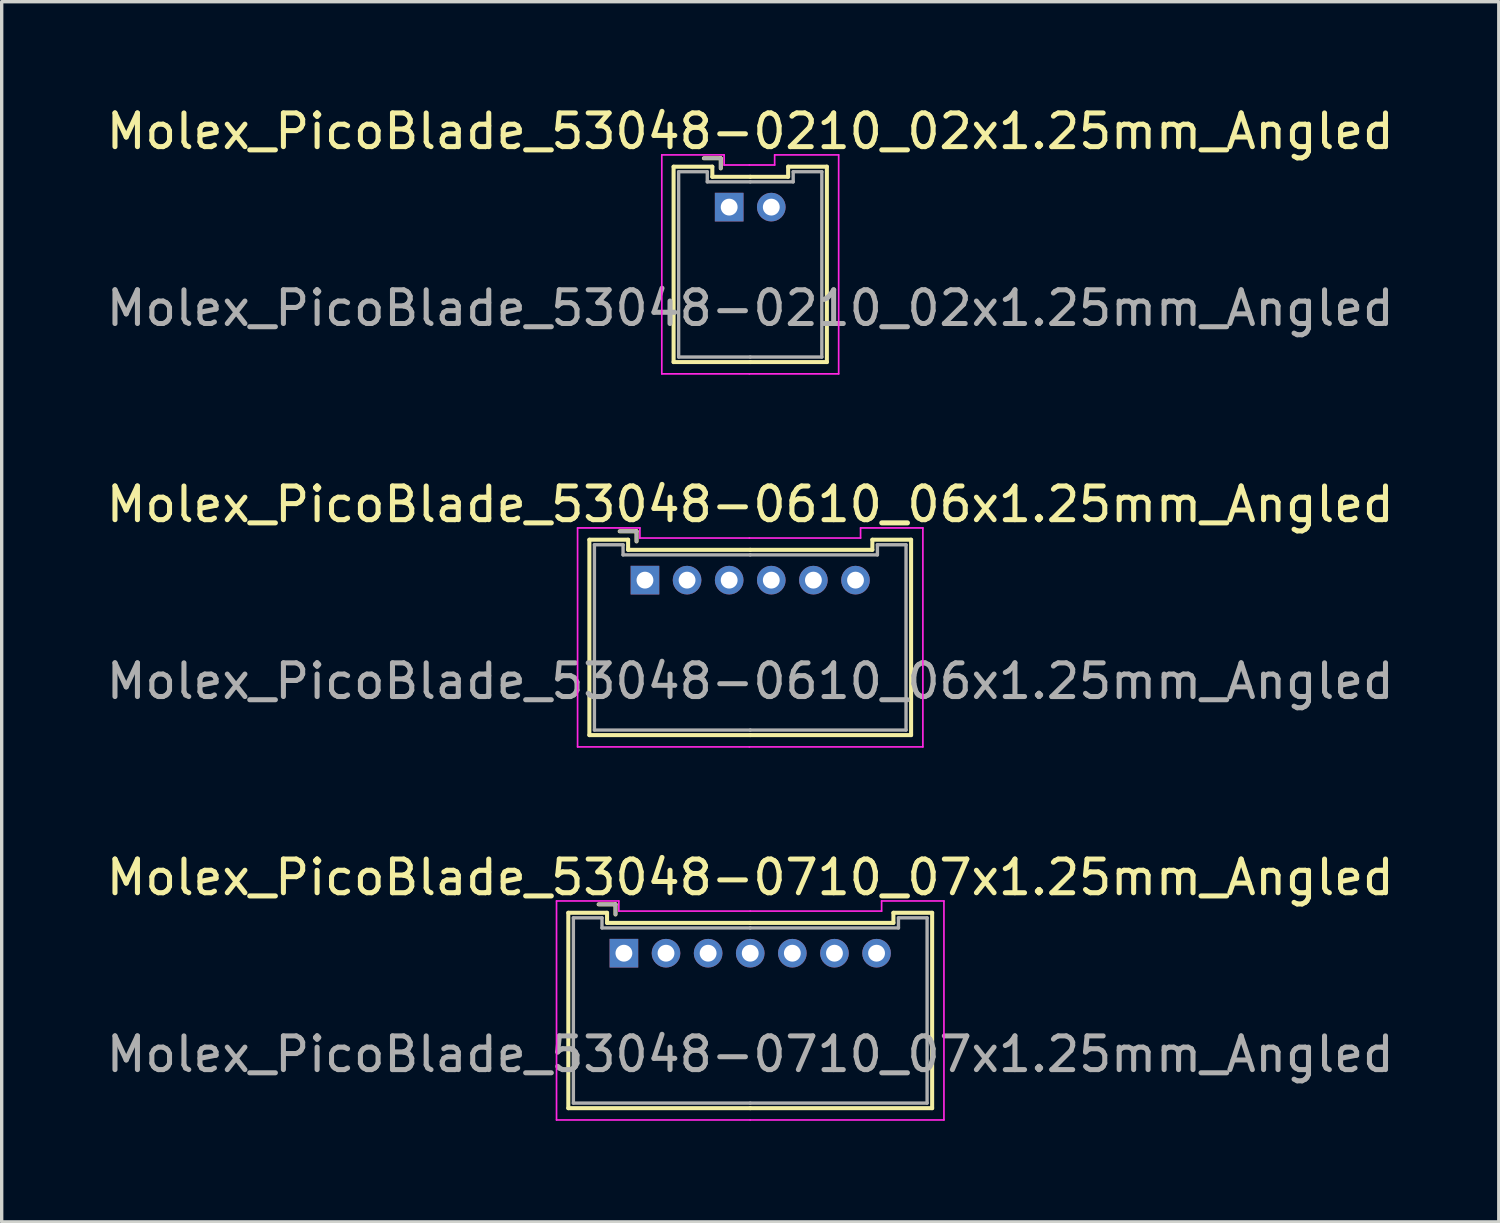
<source format=kicad_pcb>
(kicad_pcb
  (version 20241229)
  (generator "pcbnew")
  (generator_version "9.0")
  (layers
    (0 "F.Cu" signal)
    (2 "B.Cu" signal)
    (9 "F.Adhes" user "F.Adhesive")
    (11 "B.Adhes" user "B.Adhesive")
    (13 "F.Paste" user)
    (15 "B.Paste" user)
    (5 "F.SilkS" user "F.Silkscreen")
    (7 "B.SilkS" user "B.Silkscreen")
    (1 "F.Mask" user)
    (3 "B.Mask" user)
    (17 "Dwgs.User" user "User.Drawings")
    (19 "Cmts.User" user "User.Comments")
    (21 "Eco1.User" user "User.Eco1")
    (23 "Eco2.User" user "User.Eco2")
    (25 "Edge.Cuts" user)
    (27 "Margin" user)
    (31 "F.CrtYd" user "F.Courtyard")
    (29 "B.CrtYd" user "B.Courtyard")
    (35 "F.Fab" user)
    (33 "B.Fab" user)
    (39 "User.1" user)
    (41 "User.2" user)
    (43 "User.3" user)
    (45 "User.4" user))
  (footprint "Molex_PicoBlade_53048-0610_06x1.25mm_Angled"
    (layer "F.Cu")
    (at 16.095 14.171)
    (property "Reference" "Molex_PicoBlade_53048-0610_06x1.25mm_Angled" (at 3.125 -2.25 0) (layer "F.SilkS") (effects (font (size 1 1) (thickness 0.15))))
    (attr through_hole)
    (fp_line (start -1.65 -1.2) (end -1.65 4.6) (stroke (width 0.12) (type solid)) (layer "F.SilkS"))
    (fp_line (start -1.65 4.6) (end 3.125 4.6) (stroke (width 0.12) (type solid)) (layer "F.SilkS"))
    (fp_line (start -0.5 -1.2) (end -1.65 -1.2) (stroke (width 0.12) (type solid)) (layer "F.SilkS"))
    (fp_line (start -0.5 -0.9) (end -0.5 -1.2) (stroke (width 0.12) (type solid)) (layer "F.SilkS"))
    (fp_line (start -0.25 -1.45) (end -0.75 -1.45) (stroke (width 0.12) (type solid)) (layer "F.SilkS"))
    (fp_line (start -0.25 -1.15) (end -0.25 -1.45) (stroke (width 0.12) (type solid)) (layer "F.SilkS"))
    (fp_line (start 3.125 -0.9) (end -0.5 -0.9) (stroke (width 0.12) (type solid)) (layer "F.SilkS"))
    (fp_line (start 3.125 -0.9) (end 6.75 -0.9) (stroke (width 0.12) (type solid)) (layer "F.SilkS"))
    (fp_line (start 6.75 -1.2) (end 7.9 -1.2) (stroke (width 0.12) (type solid)) (layer "F.SilkS"))
    (fp_line (start 6.75 -0.9) (end 6.75 -1.2) (stroke (width 0.12) (type solid)) (layer "F.SilkS"))
    (fp_line (start 7.9 -1.2) (end 7.9 4.6) (stroke (width 0.12) (type solid)) (layer "F.SilkS"))
    (fp_line (start 7.9 4.6) (end 3.125 4.6) (stroke (width 0.12) (type solid)) (layer "F.SilkS"))
    (fp_line (start -2 -1.55) (end -2 4.95) (stroke (width 0.05) (type solid)) (layer "F.CrtYd"))
    (fp_line (start -2 4.95) (end 3.1 4.95) (stroke (width 0.05) (type solid)) (layer "F.CrtYd"))
    (fp_line (start -0.15 -1.55) (end -2 -1.55) (stroke (width 0.05) (type solid)) (layer "F.CrtYd"))
    (fp_line (start -0.15 -1.25) (end -0.15 -1.55) (stroke (width 0.05) (type solid)) (layer "F.CrtYd"))
    (fp_line (start 3.1 -1.25) (end -0.15 -1.25) (stroke (width 0.05) (type solid)) (layer "F.CrtYd"))
    (fp_line (start 3.1 -1.25) (end 6.4 -1.25) (stroke (width 0.05) (type solid)) (layer "F.CrtYd"))
    (fp_line (start 6.4 -1.55) (end 8.25 -1.55) (stroke (width 0.05) (type solid)) (layer "F.CrtYd"))
    (fp_line (start 6.4 -1.25) (end 6.4 -1.55) (stroke (width 0.05) (type solid)) (layer "F.CrtYd"))
    (fp_line (start 8.25 -1.55) (end 8.25 4.95) (stroke (width 0.05) (type solid)) (layer "F.CrtYd"))
    (fp_line (start 8.25 4.95) (end 3.1 4.95) (stroke (width 0.05) (type solid)) (layer "F.CrtYd"))
    (fp_line (start -1.5 -1.05) (end -1.5 4.45) (stroke (width 0.1) (type solid)) (layer "F.Fab"))
    (fp_line (start -1.5 4.45) (end 3.125 4.45) (stroke (width 0.1) (type solid)) (layer "F.Fab"))
    (fp_line (start -0.65 -1.05) (end -1.5 -1.05) (stroke (width 0.1) (type solid)) (layer "F.Fab"))
    (fp_line (start -0.65 -0.75) (end -0.65 -1.05) (stroke (width 0.1) (type solid)) (layer "F.Fab"))
    (fp_line (start -0.25 -1.45) (end -0.75 -1.45) (stroke (width 0.1) (type solid)) (layer "F.Fab"))
    (fp_line (start -0.25 -1.15) (end -0.25 -1.45) (stroke (width 0.1) (type solid)) (layer "F.Fab"))
    (fp_line (start 3.125 -0.75) (end -0.65 -0.75) (stroke (width 0.1) (type solid)) (layer "F.Fab"))
    (fp_line (start 3.125 -0.75) (end 6.9 -0.75) (stroke (width 0.1) (type solid)) (layer "F.Fab"))
    (fp_line (start 6.9 -1.05) (end 7.75 -1.05) (stroke (width 0.1) (type solid)) (layer "F.Fab"))
    (fp_line (start 6.9 -0.75) (end 6.9 -1.05) (stroke (width 0.1) (type solid)) (layer "F.Fab"))
    (fp_line (start 7.75 -1.05) (end 7.75 4.45) (stroke (width 0.1) (type solid)) (layer "F.Fab"))
    (fp_line (start 7.75 4.45) (end 3.125 4.45) (stroke (width 0.1) (type solid)) (layer "F.Fab"))
    (fp_text user "${REFERENCE}" (at 3.125 3 0) (layer "F.Fab") (effects (font (size 1 1) (thickness 0.15))))
    (pad "1" thru_hole rect (at 0 0) (size 0.85 0.85) (drill 0.5) (layers "*.Cu" "*.Mask"))
    (pad "2" thru_hole circle (at 1.25 0) (size 0.85 0.85) (drill 0.5) (layers "*.Cu" "*.Mask"))
    (pad "3" thru_hole circle (at 2.5 0) (size 0.85 0.85) (drill 0.5) (layers "*.Cu" "*.Mask"))
    (pad "4" thru_hole circle (at 3.75 0) (size 0.85 0.85) (drill 0.5) (layers "*.Cu" "*.Mask"))
    (pad "5" thru_hole circle (at 5 0) (size 0.85 0.85) (drill 0.5) (layers "*.Cu" "*.Mask"))
    (pad "6" thru_hole circle (at 6.25 0) (size 0.85 0.85) (drill 0.5) (layers "*.Cu" "*.Mask")))
  (footprint "Molex_PicoBlade_53048-0710_07x1.25mm_Angled"
    (layer "F.Cu")
    (at 15.47 25.245)
    (property "Reference" "Molex_PicoBlade_53048-0710_07x1.25mm_Angled" (at 3.75 -2.25 0) (layer "F.SilkS") (effects (font (size 1 1) (thickness 0.15))))
    (attr through_hole)
    (fp_line (start -1.65 -1.2) (end -1.65 4.6) (stroke (width 0.12) (type solid)) (layer "F.SilkS"))
    (fp_line (start -1.65 4.6) (end 3.75 4.6) (stroke (width 0.12) (type solid)) (layer "F.SilkS"))
    (fp_line (start -0.5 -1.2) (end -1.65 -1.2) (stroke (width 0.12) (type solid)) (layer "F.SilkS"))
    (fp_line (start -0.5 -0.9) (end -0.5 -1.2) (stroke (width 0.12) (type solid)) (layer "F.SilkS"))
    (fp_line (start -0.25 -1.45) (end -0.75 -1.45) (stroke (width 0.12) (type solid)) (layer "F.SilkS"))
    (fp_line (start -0.25 -1.15) (end -0.25 -1.45) (stroke (width 0.12) (type solid)) (layer "F.SilkS"))
    (fp_line (start 3.75 -0.9) (end -0.5 -0.9) (stroke (width 0.12) (type solid)) (layer "F.SilkS"))
    (fp_line (start 3.75 -0.9) (end 8 -0.9) (stroke (width 0.12) (type solid)) (layer "F.SilkS"))
    (fp_line (start 8 -1.2) (end 9.15 -1.2) (stroke (width 0.12) (type solid)) (layer "F.SilkS"))
    (fp_line (start 8 -0.9) (end 8 -1.2) (stroke (width 0.12) (type solid)) (layer "F.SilkS"))
    (fp_line (start 9.15 -1.2) (end 9.15 4.6) (stroke (width 0.12) (type solid)) (layer "F.SilkS"))
    (fp_line (start 9.15 4.6) (end 3.75 4.6) (stroke (width 0.12) (type solid)) (layer "F.SilkS"))
    (fp_line (start -2 -1.55) (end -2 4.95) (stroke (width 0.05) (type solid)) (layer "F.CrtYd"))
    (fp_line (start -2 4.95) (end 3.75 4.95) (stroke (width 0.05) (type solid)) (layer "F.CrtYd"))
    (fp_line (start -0.15 -1.55) (end -2 -1.55) (stroke (width 0.05) (type solid)) (layer "F.CrtYd"))
    (fp_line (start -0.15 -1.25) (end -0.15 -1.55) (stroke (width 0.05) (type solid)) (layer "F.CrtYd"))
    (fp_line (start 3.75 -1.25) (end -0.15 -1.25) (stroke (width 0.05) (type solid)) (layer "F.CrtYd"))
    (fp_line (start 3.75 -1.25) (end 7.65 -1.25) (stroke (width 0.05) (type solid)) (layer "F.CrtYd"))
    (fp_line (start 7.65 -1.55) (end 9.5 -1.55) (stroke (width 0.05) (type solid)) (layer "F.CrtYd"))
    (fp_line (start 7.65 -1.25) (end 7.65 -1.55) (stroke (width 0.05) (type solid)) (layer "F.CrtYd"))
    (fp_line (start 9.5 -1.55) (end 9.5 4.95) (stroke (width 0.05) (type solid)) (layer "F.CrtYd"))
    (fp_line (start 9.5 4.95) (end 3.75 4.95) (stroke (width 0.05) (type solid)) (layer "F.CrtYd"))
    (fp_line (start -1.5 -1.05) (end -1.5 4.45) (stroke (width 0.1) (type solid)) (layer "F.Fab"))
    (fp_line (start -1.5 4.45) (end 3.75 4.45) (stroke (width 0.1) (type solid)) (layer "F.Fab"))
    (fp_line (start -0.65 -1.05) (end -1.5 -1.05) (stroke (width 0.1) (type solid)) (layer "F.Fab"))
    (fp_line (start -0.65 -0.75) (end -0.65 -1.05) (stroke (width 0.1) (type solid)) (layer "F.Fab"))
    (fp_line (start -0.25 -1.45) (end -0.75 -1.45) (stroke (width 0.1) (type solid)) (layer "F.Fab"))
    (fp_line (start -0.25 -1.15) (end -0.25 -1.45) (stroke (width 0.1) (type solid)) (layer "F.Fab"))
    (fp_line (start 3.75 -0.75) (end -0.65 -0.75) (stroke (width 0.1) (type solid)) (layer "F.Fab"))
    (fp_line (start 3.75 -0.75) (end 8.15 -0.75) (stroke (width 0.1) (type solid)) (layer "F.Fab"))
    (fp_line (start 8.15 -1.05) (end 9 -1.05) (stroke (width 0.1) (type solid)) (layer "F.Fab"))
    (fp_line (start 8.15 -0.75) (end 8.15 -1.05) (stroke (width 0.1) (type solid)) (layer "F.Fab"))
    (fp_line (start 9 -1.05) (end 9 4.45) (stroke (width 0.1) (type solid)) (layer "F.Fab"))
    (fp_line (start 9 4.45) (end 3.75 4.45) (stroke (width 0.1) (type solid)) (layer "F.Fab"))
    (fp_text user "${REFERENCE}" (at 3.75 3 0) (layer "F.Fab") (effects (font (size 1 1) (thickness 0.15))))
    (pad "1" thru_hole rect (at 0 0) (size 0.85 0.85) (drill 0.5) (layers "*.Cu" "*.Mask"))
    (pad "2" thru_hole circle (at 1.25 0) (size 0.85 0.85) (drill 0.5) (layers "*.Cu" "*.Mask"))
    (pad "3" thru_hole circle (at 2.5 0) (size 0.85 0.85) (drill 0.5) (layers "*.Cu" "*.Mask"))
    (pad "4" thru_hole circle (at 3.75 0) (size 0.85 0.85) (drill 0.5) (layers "*.Cu" "*.Mask"))
    (pad "5" thru_hole circle (at 5 0) (size 0.85 0.85) (drill 0.5) (layers "*.Cu" "*.Mask"))
    (pad "6" thru_hole circle (at 6.25 0) (size 0.85 0.85) (drill 0.5) (layers "*.Cu" "*.Mask"))
    (pad "7" thru_hole circle (at 7.5 0) (size 0.85 0.85) (drill 0.5) (layers "*.Cu" "*.Mask")))
  (footprint "Molex_PicoBlade_53048-0210_02x1.25mm_Angled"
    (layer "F.Cu")
    (at 18.595 3.098)
    (property "Reference" "Molex_PicoBlade_53048-0210_02x1.25mm_Angled" (at 0.625 -2.25 0) (layer "F.SilkS") (effects (font (size 1 1) (thickness 0.15))))
    (attr through_hole)
    (fp_line (start -1.65 -1.2) (end -1.65 4.6) (stroke (width 0.12) (type solid)) (layer "F.SilkS"))
    (fp_line (start -1.65 4.6) (end 0.625 4.6) (stroke (width 0.12) (type solid)) (layer "F.SilkS"))
    (fp_line (start -0.5 -1.2) (end -1.65 -1.2) (stroke (width 0.12) (type solid)) (layer "F.SilkS"))
    (fp_line (start -0.5 -0.9) (end -0.5 -1.2) (stroke (width 0.12) (type solid)) (layer "F.SilkS"))
    (fp_line (start -0.25 -1.45) (end -0.75 -1.45) (stroke (width 0.12) (type solid)) (layer "F.SilkS"))
    (fp_line (start -0.25 -1.15) (end -0.25 -1.45) (stroke (width 0.12) (type solid)) (layer "F.SilkS"))
    (fp_line (start 0.625 -0.9) (end -0.5 -0.9) (stroke (width 0.12) (type solid)) (layer "F.SilkS"))
    (fp_line (start 0.625 -0.9) (end 1.75 -0.9) (stroke (width 0.12) (type solid)) (layer "F.SilkS"))
    (fp_line (start 1.75 -1.2) (end 2.9 -1.2) (stroke (width 0.12) (type solid)) (layer "F.SilkS"))
    (fp_line (start 1.75 -0.9) (end 1.75 -1.2) (stroke (width 0.12) (type solid)) (layer "F.SilkS"))
    (fp_line (start 2.9 -1.2) (end 2.9 4.6) (stroke (width 0.12) (type solid)) (layer "F.SilkS"))
    (fp_line (start 2.9 4.6) (end 0.625 4.6) (stroke (width 0.12) (type solid)) (layer "F.SilkS"))
    (fp_line (start -2 -1.55) (end -2 4.95) (stroke (width 0.05) (type solid)) (layer "F.CrtYd"))
    (fp_line (start -2 4.95) (end 0.6 4.95) (stroke (width 0.05) (type solid)) (layer "F.CrtYd"))
    (fp_line (start -0.15 -1.55) (end -2 -1.55) (stroke (width 0.05) (type solid)) (layer "F.CrtYd"))
    (fp_line (start -0.15 -1.25) (end -0.15 -1.55) (stroke (width 0.05) (type solid)) (layer "F.CrtYd"))
    (fp_line (start 0.6 -1.25) (end -0.15 -1.25) (stroke (width 0.05) (type solid)) (layer "F.CrtYd"))
    (fp_line (start 0.6 -1.25) (end 1.35 -1.25) (stroke (width 0.05) (type solid)) (layer "F.CrtYd"))
    (fp_line (start 1.35 -1.55) (end 3.25 -1.55) (stroke (width 0.05) (type solid)) (layer "F.CrtYd"))
    (fp_line (start 1.35 -1.25) (end 1.35 -1.55) (stroke (width 0.05) (type solid)) (layer "F.CrtYd"))
    (fp_line (start 3.25 -1.55) (end 3.25 4.95) (stroke (width 0.05) (type solid)) (layer "F.CrtYd"))
    (fp_line (start 3.25 4.95) (end 0.6 4.95) (stroke (width 0.05) (type solid)) (layer "F.CrtYd"))
    (fp_line (start -1.5 -1.05) (end -1.5 4.45) (stroke (width 0.1) (type solid)) (layer "F.Fab"))
    (fp_line (start -1.5 4.45) (end 0.625 4.45) (stroke (width 0.1) (type solid)) (layer "F.Fab"))
    (fp_line (start -0.65 -1.05) (end -1.5 -1.05) (stroke (width 0.1) (type solid)) (layer "F.Fab"))
    (fp_line (start -0.65 -0.75) (end -0.65 -1.05) (stroke (width 0.1) (type solid)) (layer "F.Fab"))
    (fp_line (start -0.25 -1.45) (end -0.75 -1.45) (stroke (width 0.1) (type solid)) (layer "F.Fab"))
    (fp_line (start -0.25 -1.15) (end -0.25 -1.45) (stroke (width 0.1) (type solid)) (layer "F.Fab"))
    (fp_line (start 0.625 -0.75) (end -0.65 -0.75) (stroke (width 0.1) (type solid)) (layer "F.Fab"))
    (fp_line (start 0.625 -0.75) (end 1.9 -0.75) (stroke (width 0.1) (type solid)) (layer "F.Fab"))
    (fp_line (start 1.9 -1.05) (end 2.75 -1.05) (stroke (width 0.1) (type solid)) (layer "F.Fab"))
    (fp_line (start 1.9 -0.75) (end 1.9 -1.05) (stroke (width 0.1) (type solid)) (layer "F.Fab"))
    (fp_line (start 2.75 -1.05) (end 2.75 4.45) (stroke (width 0.1) (type solid)) (layer "F.Fab"))
    (fp_line (start 2.75 4.45) (end 0.625 4.45) (stroke (width 0.1) (type solid)) (layer "F.Fab"))
    (fp_text user "${REFERENCE}" (at 0.625 3 0) (layer "F.Fab") (effects (font (size 1 1) (thickness 0.15))))
    (pad "1" thru_hole rect (at 0 0) (size 0.85 0.85) (drill 0.5) (layers "*.Cu" "*.Mask"))
    (pad "2" thru_hole circle (at 1.25 0) (size 0.85 0.85) (drill 0.5) (layers "*.Cu" "*.Mask")))
  (gr_rect
    (start -3 -3)
    (end 41.44 33.22)
    (stroke (width 0.1) (type default))
    (fill no)
    (layer "Edge.Cuts")))
</source>
